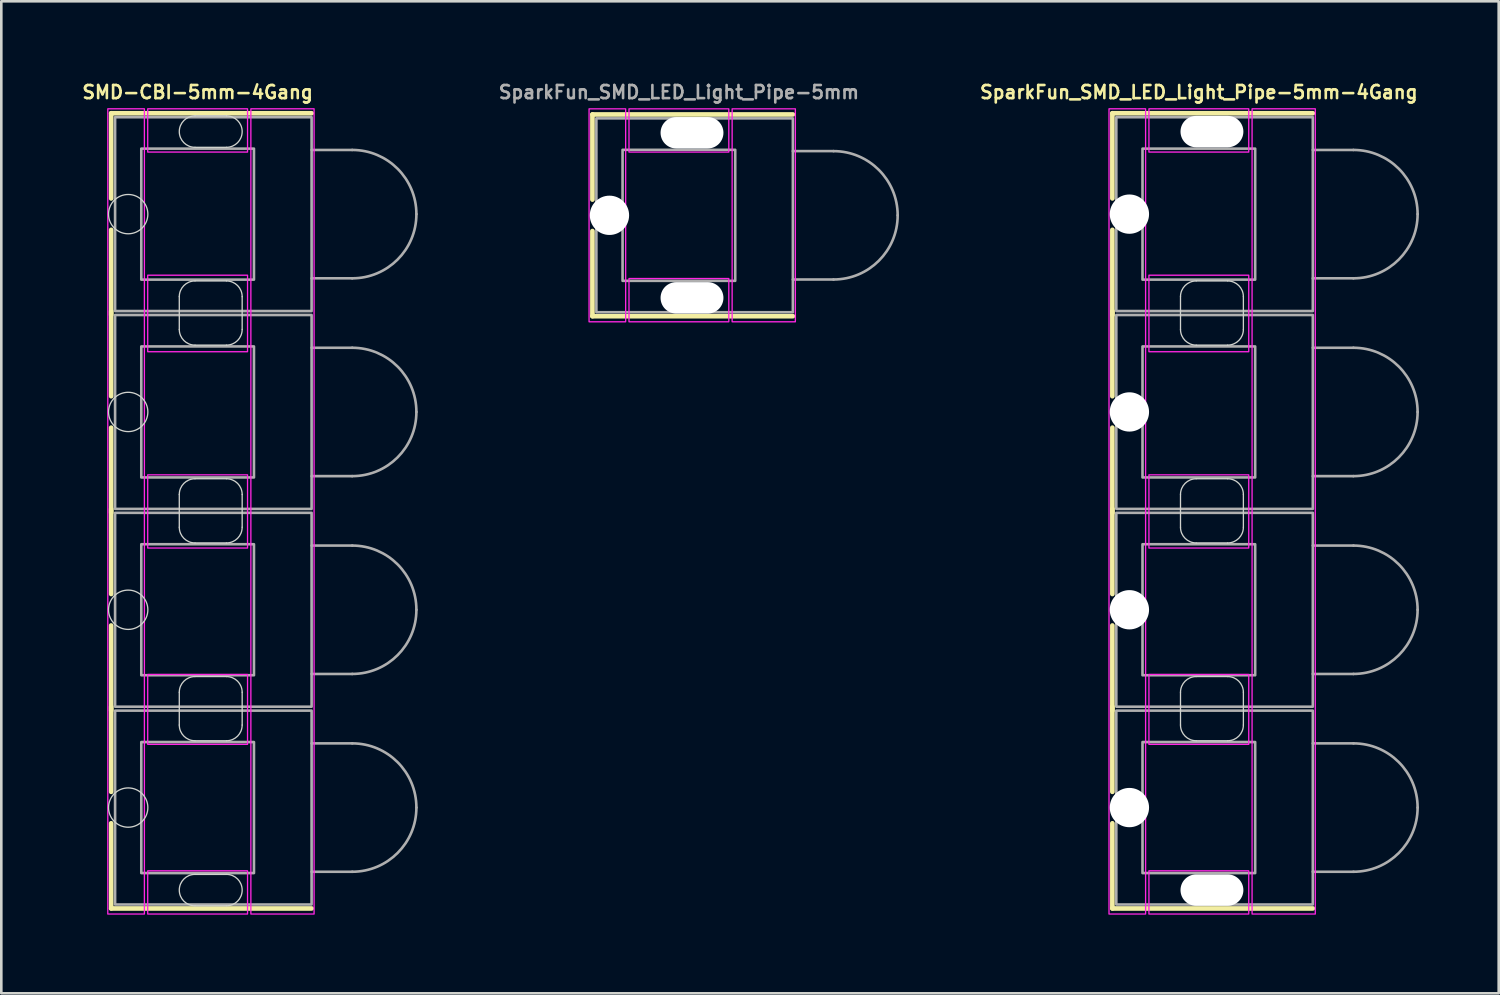
<source format=kicad_pcb>
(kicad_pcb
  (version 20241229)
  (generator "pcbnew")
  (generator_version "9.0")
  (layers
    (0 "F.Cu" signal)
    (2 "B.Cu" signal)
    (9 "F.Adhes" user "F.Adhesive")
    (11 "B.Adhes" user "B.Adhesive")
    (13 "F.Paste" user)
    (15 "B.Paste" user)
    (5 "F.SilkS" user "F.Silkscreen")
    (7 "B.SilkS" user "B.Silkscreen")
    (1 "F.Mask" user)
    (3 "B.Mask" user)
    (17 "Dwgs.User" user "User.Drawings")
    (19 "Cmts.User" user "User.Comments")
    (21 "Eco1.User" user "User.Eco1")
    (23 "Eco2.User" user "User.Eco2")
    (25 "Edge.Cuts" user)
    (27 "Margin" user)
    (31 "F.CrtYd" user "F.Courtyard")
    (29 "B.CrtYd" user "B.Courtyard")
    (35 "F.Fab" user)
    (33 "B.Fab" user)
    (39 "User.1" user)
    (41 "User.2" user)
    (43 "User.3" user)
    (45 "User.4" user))
  (footprint "SMD-CBI-5mm-4Gang"
    (layer "F.Cu")
    (at 4.493 27.773)
    (property "Reference" "SMD-CBI-5mm-4Gang" (at 0 -27.305 0) (unlocked yes) (layer "F.SilkS") (effects (font (size 0.5 0.5) (thickness 0.1))))
    (fp_line (start -3.3 -26.5) (end -3.3 -23.25) (stroke (width 0.178) (type default)) (layer "F.SilkS"))
    (fp_line (start -3.3 -18.95) (end -3.3 -15.7) (stroke (width 0.178) (type default)) (layer "F.SilkS"))
    (fp_line (start -3.3 -18.8) (end -3.3 -22.05) (stroke (width 0.178) (type default)) (layer "F.SilkS"))
    (fp_line (start -3.3 -11.4) (end -3.3 -8.15) (stroke (width 0.178) (type default)) (layer "F.SilkS"))
    (fp_line (start -3.3 -11.25) (end -3.3 -14.5) (stroke (width 0.178) (type default)) (layer "F.SilkS"))
    (fp_line (start -3.3 -3.85) (end -3.3 -0.6) (stroke (width 0.178) (type default)) (layer "F.SilkS"))
    (fp_line (start -3.3 -3.7) (end -3.3 -6.95) (stroke (width 0.178) (type default)) (layer "F.SilkS"))
    (fp_line (start -3.3 3.85) (end -3.3 0.6) (stroke (width 0.178) (type default)) (layer "F.SilkS"))
    (fp_line (start 4.35 -26.5) (end -3.3 -26.5) (stroke (width 0.178) (type default)) (layer "F.SilkS"))
    (fp_line (start 4.35 3.85) (end -3.3 3.85) (stroke (width 0.178) (type default)) (layer "F.SilkS"))
    (fp_line (start -0.7 -19.5) (end -0.7 -18.25) (stroke (width 0.05) (type default)) (layer "Edge.Cuts"))
    (fp_line (start -0.7 -11.95) (end -0.7 -10.7) (stroke (width 0.05) (type default)) (layer "Edge.Cuts"))
    (fp_line (start -0.7 -4.4) (end -0.7 -3.15) (stroke (width 0.05) (type default)) (layer "Edge.Cuts"))
    (fp_line (start -0.1 -26.4) (end 1.1 -26.4) (stroke (width 0.05) (type default)) (layer "Edge.Cuts"))
    (fp_line (start -0.1 -20.1) (end 1.1 -20.1) (stroke (width 0.05) (type default)) (layer "Edge.Cuts"))
    (fp_line (start -0.1 -12.55) (end 1.1 -12.55) (stroke (width 0.05) (type default)) (layer "Edge.Cuts"))
    (fp_line (start -0.1 -5) (end 1.1 -5) (stroke (width 0.05) (type default)) (layer "Edge.Cuts"))
    (fp_line (start -0.1 2.55) (end 1.1 2.55) (stroke (width 0.05) (type default)) (layer "Edge.Cuts"))
    (fp_line (start 1.1 -25.2) (end -0.1 -25.2) (stroke (width 0.05) (type default)) (layer "Edge.Cuts"))
    (fp_line (start 1.1 -17.65) (end -0.1 -17.65) (stroke (width 0.05) (type default)) (layer "Edge.Cuts"))
    (fp_line (start 1.1 -10.1) (end -0.1 -10.1) (stroke (width 0.05) (type default)) (layer "Edge.Cuts"))
    (fp_line (start 1.1 -2.55) (end -0.1 -2.55) (stroke (width 0.05) (type default)) (layer "Edge.Cuts"))
    (fp_line (start 1.1 3.75) (end -0.1 3.75) (stroke (width 0.05) (type default)) (layer "Edge.Cuts"))
    (fp_line (start 1.7 -19.5) (end 1.7 -18.25) (stroke (width 0.05) (type default)) (layer "Edge.Cuts"))
    (fp_line (start 1.7 -11.95) (end 1.7 -10.7) (stroke (width 0.05) (type default)) (layer "Edge.Cuts"))
    (fp_line (start 1.7 -4.4) (end 1.7 -3.15) (stroke (width 0.05) (type default)) (layer "Edge.Cuts"))
    (fp_arc (start -0.7 -19.5) (mid -0.524264 -19.924264) (end -0.1 -20.1) (stroke (width 0.05) (type default)) (layer "Edge.Cuts"))
    (fp_arc (start -0.7 -11.95) (mid -0.524264 -12.374264) (end -0.1 -12.55) (stroke (width 0.05) (type default)) (layer "Edge.Cuts"))
    (fp_arc (start -0.7 -4.4) (mid -0.524264 -4.824264) (end -0.1 -5) (stroke (width 0.05) (type default)) (layer "Edge.Cuts"))
    (fp_arc (start -0.1 -25.2) (mid -0.7 -25.8) (end -0.1 -26.4) (stroke (width 0.05) (type default)) (layer "Edge.Cuts"))
    (fp_arc (start -0.1 -17.65) (mid -0.524264 -17.825736) (end -0.7 -18.25) (stroke (width 0.05) (type default)) (layer "Edge.Cuts"))
    (fp_arc (start -0.1 -10.1) (mid -0.524264 -10.275736) (end -0.7 -10.7) (stroke (width 0.05) (type default)) (layer "Edge.Cuts"))
    (fp_arc (start -0.1 -2.55) (mid -0.524264 -2.725736) (end -0.7 -3.15) (stroke (width 0.05) (type default)) (layer "Edge.Cuts"))
    (fp_arc (start -0.1 3.75) (mid -0.7 3.15) (end -0.1 2.55) (stroke (width 0.05) (type default)) (layer "Edge.Cuts"))
    (fp_arc (start 1.1 -26.4) (mid 1.7 -25.8) (end 1.1 -25.2) (stroke (width 0.05) (type default)) (layer "Edge.Cuts"))
    (fp_arc (start 1.1 -20.1) (mid 1.524264 -19.924264) (end 1.7 -19.5) (stroke (width 0.05) (type default)) (layer "Edge.Cuts"))
    (fp_arc (start 1.1 -12.55) (mid 1.524264 -12.374264) (end 1.7 -11.95) (stroke (width 0.05) (type default)) (layer "Edge.Cuts"))
    (fp_arc (start 1.1 -5) (mid 1.524264 -4.824264) (end 1.7 -4.4) (stroke (width 0.05) (type default)) (layer "Edge.Cuts"))
    (fp_arc (start 1.1 2.55) (mid 1.7 3.15) (end 1.1 3.75) (stroke (width 0.05) (type default)) (layer "Edge.Cuts"))
    (fp_arc (start 1.7 -18.25) (mid 1.524264 -17.825736) (end 1.1 -17.65) (stroke (width 0.05) (type default)) (layer "Edge.Cuts"))
    (fp_arc (start 1.7 -10.7) (mid 1.524264 -10.275736) (end 1.1 -10.1) (stroke (width 0.05) (type default)) (layer "Edge.Cuts"))
    (fp_arc (start 1.7 -3.15) (mid 1.524264 -2.725736) (end 1.1 -2.55) (stroke (width 0.05) (type default)) (layer "Edge.Cuts"))
    (fp_circle (center -2.65 -22.65) (end -1.9 -22.65) (stroke (width 0.05) (type default)) (fill no) (layer "Edge.Cuts"))
    (fp_circle (center -2.65 -15.1) (end -1.9 -15.1) (stroke (width 0.05) (type default)) (fill no) (layer "Edge.Cuts"))
    (fp_circle (center -2.65 -7.55) (end -1.9 -7.55) (stroke (width 0.05) (type default)) (fill no) (layer "Edge.Cuts"))
    (fp_circle (center -2.65 0) (end -1.9 0) (stroke (width 0.05) (type default)) (fill no) (layer "Edge.Cuts"))
    (fp_rect (start -3.429 -26.67) (end -2.032 4.064) (stroke (width 0.05) (type default)) (fill no) (layer "F.CrtYd"))
    (fp_rect (start -1.905 -26.67) (end 1.905 -25.019) (stroke (width 0.05) (type default)) (fill no) (layer "F.CrtYd"))
    (fp_rect (start -1.905 -20.32) (end 1.905 -17.399) (stroke (width 0.05) (type default)) (fill no) (layer "F.CrtYd"))
    (fp_rect (start -1.905 -12.7) (end 1.905 -9.906) (stroke (width 0.05) (type default)) (fill no) (layer "F.CrtYd"))
    (fp_rect (start -1.905 -5.08) (end 1.905 -2.413) (stroke (width 0.05) (type default)) (fill no) (layer "F.CrtYd"))
    (fp_rect (start -1.905 2.413) (end 1.905 4.064) (stroke (width 0.05) (type default)) (fill no) (layer "F.CrtYd"))
    (fp_rect (start 2.032 -26.67) (end 4.445 4.064) (stroke (width 0.05) (type default)) (fill no) (layer "F.CrtYd"))
    (fp_line (start 5.9 -25.1) (end 4.35 -25.1) (stroke (width 0.1) (type default)) (layer "F.Fab"))
    (fp_line (start 5.9 -20.2) (end 4.35 -20.2) (stroke (width 0.1) (type default)) (layer "F.Fab"))
    (fp_line (start 5.9 -17.55) (end 4.35 -17.55) (stroke (width 0.1) (type default)) (layer "F.Fab"))
    (fp_line (start 5.9 -12.65) (end 4.35 -12.65) (stroke (width 0.1) (type default)) (layer "F.Fab"))
    (fp_line (start 5.9 -10) (end 4.35 -10) (stroke (width 0.1) (type default)) (layer "F.Fab"))
    (fp_line (start 5.9 -5.1) (end 4.35 -5.1) (stroke (width 0.1) (type default)) (layer "F.Fab"))
    (fp_line (start 5.9 -2.45) (end 4.35 -2.45) (stroke (width 0.1) (type default)) (layer "F.Fab"))
    (fp_line (start 5.9 2.45) (end 4.35 2.45) (stroke (width 0.1) (type default)) (layer "F.Fab"))
    (fp_rect (start -3.15 -26.35) (end 4.35 -18.95) (stroke (width 0.1) (type default)) (fill no) (layer "F.Fab"))
    (fp_rect (start -3.15 -18.8) (end 4.35 -11.4) (stroke (width 0.1) (type default)) (fill no) (layer "F.Fab"))
    (fp_rect (start -3.15 -11.25) (end 4.35 -3.85) (stroke (width 0.1) (type default)) (fill no) (layer "F.Fab"))
    (fp_rect (start -3.15 -3.7) (end 4.35 3.7) (stroke (width 0.1) (type default)) (fill no) (layer "F.Fab"))
    (fp_rect (start -2.15 -25.15) (end 2.15 -20.15) (stroke (width 0.1) (type default)) (fill no) (layer "F.Fab"))
    (fp_rect (start -2.15 -17.6) (end 2.15 -12.6) (stroke (width 0.1) (type default)) (fill no) (layer "F.Fab"))
    (fp_rect (start -2.15 -10.05) (end 2.15 -5.05) (stroke (width 0.1) (type default)) (fill no) (layer "F.Fab"))
    (fp_rect (start -2.15 -2.5) (end 2.15 2.5) (stroke (width 0.1) (type default)) (fill no) (layer "F.Fab"))
    (fp_arc (start 5.9 -25.1) (mid 7.632412 -24.382412) (end 8.35 -22.65) (stroke (width 0.1) (type default)) (layer "F.Fab"))
    (fp_arc (start 5.9 -17.55) (mid 7.632412 -16.832412) (end 8.35 -15.1) (stroke (width 0.1) (type default)) (layer "F.Fab"))
    (fp_arc (start 5.9 -10) (mid 7.632412 -9.282412) (end 8.35 -7.55) (stroke (width 0.1) (type default)) (layer "F.Fab"))
    (fp_arc (start 5.9 -2.45) (mid 7.632412 -1.732412) (end 8.35 0) (stroke (width 0.1) (type default)) (layer "F.Fab"))
    (fp_arc (start 8.35 -22.65) (mid 7.632412 -20.917588) (end 5.9 -20.2) (stroke (width 0.1) (type default)) (layer "F.Fab"))
    (fp_arc (start 8.35 -15.1) (mid 7.632412 -13.367588) (end 5.9 -12.65) (stroke (width 0.1) (type default)) (layer "F.Fab"))
    (fp_arc (start 8.35 -7.55) (mid 7.632412 -5.817588) (end 5.9 -5.1) (stroke (width 0.1) (type default)) (layer "F.Fab"))
    (fp_arc (start 8.35 0) (mid 7.632412 1.732412) (end 5.9 2.45) (stroke (width 0.1) (type default)) (layer "F.Fab")))
  (footprint "SparkFun_SMD_LED_Light_Pipe-5mm"
    (layer "F.Cu")
    (at 22.862 5.168)
    (property "Reference" "SparkFun_SMD_LED_Light_Pipe-5mm" (at 0 -4.7 0) (unlocked yes) (layer "F.Fab") (effects (font (size 0.5 0.5) (thickness 0.1))))
    (fp_line (start -3.3 -3.85) (end -3.3 -0.6) (stroke (width 0.178) (type default)) (layer "F.SilkS"))
    (fp_line (start -3.3 3.85) (end -3.3 0.6) (stroke (width 0.178) (type default)) (layer "F.SilkS"))
    (fp_line (start 4.35 -3.85) (end -3.3 -3.85) (stroke (width 0.178) (type default)) (layer "F.SilkS"))
    (fp_line (start 4.35 3.85) (end -3.3 3.85) (stroke (width 0.178) (type default)) (layer "F.SilkS"))
    (fp_rect (start -3.429 -4.064) (end -2.032 4.064) (stroke (width 0.05) (type default)) (fill no) (layer "F.CrtYd"))
    (fp_rect (start -1.905 -4.064) (end 1.905 -2.413) (stroke (width 0.05) (type default)) (fill no) (layer "F.CrtYd"))
    (fp_rect (start -1.905 2.413) (end 1.905 4.064) (stroke (width 0.05) (type default)) (fill no) (layer "F.CrtYd"))
    (fp_rect (start 2.032 -4.064) (end 4.445 4.064) (stroke (width 0.05) (type default)) (fill no) (layer "F.CrtYd"))
    (fp_line (start 5.9 -2.45) (end 4.35 -2.45) (stroke (width 0.1) (type default)) (layer "F.Fab"))
    (fp_line (start 5.9 2.45) (end 4.35 2.45) (stroke (width 0.1) (type default)) (layer "F.Fab"))
    (fp_arc (start 5.9 -2.450001) (mid 7.632412 -1.732412) (end 8.350001 0) (stroke (width 0.1) (type default)) (layer "F.Fab"))
    (fp_arc (start 8.350001 0) (mid 7.632412 1.732412) (end 5.9 2.450001) (stroke (width 0.1) (type default)) (layer "F.Fab"))
    (fp_poly (pts (xy -3.15 -3.7) (xy 4.35 -3.7) (xy 4.35 3.7) (xy -3.15 3.7)) (stroke (width 0.1) (type default)) (fill no) (layer "F.Fab"))
    (fp_poly (pts (xy -2.15 -2.5) (xy 2.15 -2.5) (xy 2.15 2.5) (xy -2.15 2.5)) (stroke (width 0.1) (type default)) (fill no) (layer "F.Fab"))
    (pad "" np_thru_hole circle (at -2.65 0) (size 1.5 1.5) (drill 1.5) (layers "*.Cu" "*.Mask"))
    (pad "" np_thru_hole oval (at 0.5 -3.15) (size 2.4 1.2) (drill oval 2.4 1.2) (layers "*.Cu" "*.Mask"))
    (pad "" np_thru_hole oval (at 0.5 3.15) (size 2.4 1.2) (drill oval 2.4 1.2) (layers "*.Cu" "*.Mask")))
  (footprint "SparkFun_SMD_LED_Light_Pipe-5mm-4Gang"
    (layer "F.Cu")
    (at 42.707 27.773)
    (property "Reference" "SparkFun_SMD_LED_Light_Pipe-5mm-4Gang" (at 0 -27.305 0) (unlocked yes) (layer "F.SilkS") (effects (font (size 0.5 0.5) (thickness 0.1))))
    (fp_line (start -3.3 -26.5) (end -3.3 -23.25) (stroke (width 0.178) (type default)) (layer "F.SilkS"))
    (fp_line (start -3.3 -18.95) (end -3.3 -15.7) (stroke (width 0.178) (type default)) (layer "F.SilkS"))
    (fp_line (start -3.3 -18.8) (end -3.3 -22.05) (stroke (width 0.178) (type default)) (layer "F.SilkS"))
    (fp_line (start -3.3 -11.4) (end -3.3 -8.15) (stroke (width 0.178) (type default)) (layer "F.SilkS"))
    (fp_line (start -3.3 -11.25) (end -3.3 -14.5) (stroke (width 0.178) (type default)) (layer "F.SilkS"))
    (fp_line (start -3.3 -3.85) (end -3.3 -0.6) (stroke (width 0.178) (type default)) (layer "F.SilkS"))
    (fp_line (start -3.3 -3.7) (end -3.3 -6.95) (stroke (width 0.178) (type default)) (layer "F.SilkS"))
    (fp_line (start -3.3 3.85) (end -3.3 0.6) (stroke (width 0.178) (type default)) (layer "F.SilkS"))
    (fp_line (start 4.35 -26.5) (end -3.3 -26.5) (stroke (width 0.178) (type default)) (layer "F.SilkS"))
    (fp_line (start 4.35 3.85) (end -3.3 3.85) (stroke (width 0.178) (type default)) (layer "F.SilkS"))
    (fp_line (start -0.7 -19.5) (end -0.7 -18.25) (stroke (width 0.05) (type default)) (layer "Edge.Cuts"))
    (fp_line (start -0.7 -11.95) (end -0.7 -10.7) (stroke (width 0.05) (type default)) (layer "Edge.Cuts"))
    (fp_line (start -0.7 -4.4) (end -0.7 -3.15) (stroke (width 0.05) (type default)) (layer "Edge.Cuts"))
    (fp_line (start -0.1 -20.1) (end 1.1 -20.1) (stroke (width 0.05) (type default)) (layer "Edge.Cuts"))
    (fp_line (start -0.1 -12.55) (end 1.1 -12.55) (stroke (width 0.05) (type default)) (layer "Edge.Cuts"))
    (fp_line (start -0.1 -5) (end 1.1 -5) (stroke (width 0.05) (type default)) (layer "Edge.Cuts"))
    (fp_line (start 1.1 -17.65) (end -0.1 -17.65) (stroke (width 0.05) (type default)) (layer "Edge.Cuts"))
    (fp_line (start 1.1 -10.1) (end -0.1 -10.1) (stroke (width 0.05) (type default)) (layer "Edge.Cuts"))
    (fp_line (start 1.1 -2.55) (end -0.1 -2.55) (stroke (width 0.05) (type default)) (layer "Edge.Cuts"))
    (fp_line (start 1.7 -19.5) (end 1.7 -18.25) (stroke (width 0.05) (type default)) (layer "Edge.Cuts"))
    (fp_line (start 1.7 -11.95) (end 1.7 -10.7) (stroke (width 0.05) (type default)) (layer "Edge.Cuts"))
    (fp_line (start 1.7 -4.4) (end 1.7 -3.15) (stroke (width 0.05) (type default)) (layer "Edge.Cuts"))
    (fp_arc (start -0.7 -19.5) (mid -0.524264 -19.924264) (end -0.1 -20.1) (stroke (width 0.05) (type default)) (layer "Edge.Cuts"))
    (fp_arc (start -0.7 -11.95) (mid -0.524264 -12.374264) (end -0.1 -12.55) (stroke (width 0.05) (type default)) (layer "Edge.Cuts"))
    (fp_arc (start -0.7 -4.4) (mid -0.524264 -4.824264) (end -0.1 -5) (stroke (width 0.05) (type default)) (layer "Edge.Cuts"))
    (fp_arc (start -0.1 -17.65) (mid -0.524264 -17.825736) (end -0.7 -18.25) (stroke (width 0.05) (type default)) (layer "Edge.Cuts"))
    (fp_arc (start -0.1 -10.1) (mid -0.524264 -10.275736) (end -0.7 -10.7) (stroke (width 0.05) (type default)) (layer "Edge.Cuts"))
    (fp_arc (start -0.1 -2.55) (mid -0.524264 -2.725736) (end -0.7 -3.15) (stroke (width 0.05) (type default)) (layer "Edge.Cuts"))
    (fp_arc (start 1.1 -20.1) (mid 1.524264 -19.924264) (end 1.7 -19.5) (stroke (width 0.05) (type default)) (layer "Edge.Cuts"))
    (fp_arc (start 1.1 -12.55) (mid 1.524264 -12.374264) (end 1.7 -11.95) (stroke (width 0.05) (type default)) (layer "Edge.Cuts"))
    (fp_arc (start 1.1 -5) (mid 1.524264 -4.824264) (end 1.7 -4.4) (stroke (width 0.05) (type default)) (layer "Edge.Cuts"))
    (fp_arc (start 1.7 -18.25) (mid 1.524264 -17.825736) (end 1.1 -17.65) (stroke (width 0.05) (type default)) (layer "Edge.Cuts"))
    (fp_arc (start 1.7 -10.7) (mid 1.524264 -10.275736) (end 1.1 -10.1) (stroke (width 0.05) (type default)) (layer "Edge.Cuts"))
    (fp_arc (start 1.7 -3.15) (mid 1.524264 -2.725736) (end 1.1 -2.55) (stroke (width 0.05) (type default)) (layer "Edge.Cuts"))
    (fp_rect (start -3.429 -26.67) (end -2.032 4.064) (stroke (width 0.05) (type default)) (fill no) (layer "F.CrtYd"))
    (fp_rect (start -1.905 -26.67) (end 1.905 -25.019) (stroke (width 0.05) (type default)) (fill no) (layer "F.CrtYd"))
    (fp_rect (start -1.905 -20.32) (end 1.905 -17.399) (stroke (width 0.05) (type default)) (fill no) (layer "F.CrtYd"))
    (fp_rect (start -1.905 -12.7) (end 1.905 -9.906) (stroke (width 0.05) (type default)) (fill no) (layer "F.CrtYd"))
    (fp_rect (start -1.905 -5.08) (end 1.905 -2.413) (stroke (width 0.05) (type default)) (fill no) (layer "F.CrtYd"))
    (fp_rect (start -1.905 2.413) (end 1.905 4.064) (stroke (width 0.05) (type default)) (fill no) (layer "F.CrtYd"))
    (fp_rect (start 2.032 -26.67) (end 4.445 4.064) (stroke (width 0.05) (type default)) (fill no) (layer "F.CrtYd"))
    (fp_line (start 5.9 -25.1) (end 4.35 -25.1) (stroke (width 0.1) (type default)) (layer "F.Fab"))
    (fp_line (start 5.9 -20.2) (end 4.35 -20.2) (stroke (width 0.1) (type default)) (layer "F.Fab"))
    (fp_line (start 5.9 -17.55) (end 4.35 -17.55) (stroke (width 0.1) (type default)) (layer "F.Fab"))
    (fp_line (start 5.9 -12.65) (end 4.35 -12.65) (stroke (width 0.1) (type default)) (layer "F.Fab"))
    (fp_line (start 5.9 -10) (end 4.35 -10) (stroke (width 0.1) (type default)) (layer "F.Fab"))
    (fp_line (start 5.9 -5.1) (end 4.35 -5.1) (stroke (width 0.1) (type default)) (layer "F.Fab"))
    (fp_line (start 5.9 -2.45) (end 4.35 -2.45) (stroke (width 0.1) (type default)) (layer "F.Fab"))
    (fp_line (start 5.9 2.45) (end 4.35 2.45) (stroke (width 0.1) (type default)) (layer "F.Fab"))
    (fp_rect (start -3.15 -26.35) (end 4.35 -18.95) (stroke (width 0.1) (type default)) (fill no) (layer "F.Fab"))
    (fp_rect (start -3.15 -18.8) (end 4.35 -11.4) (stroke (width 0.1) (type default)) (fill no) (layer "F.Fab"))
    (fp_rect (start -3.15 -11.25) (end 4.35 -3.85) (stroke (width 0.1) (type default)) (fill no) (layer "F.Fab"))
    (fp_rect (start -3.15 -3.7) (end 4.35 3.7) (stroke (width 0.1) (type default)) (fill no) (layer "F.Fab"))
    (fp_rect (start -2.15 -25.15) (end 2.15 -20.15) (stroke (width 0.1) (type default)) (fill no) (layer "F.Fab"))
    (fp_rect (start -2.15 -17.6) (end 2.15 -12.6) (stroke (width 0.1) (type default)) (fill no) (layer "F.Fab"))
    (fp_rect (start -2.15 -10.05) (end 2.15 -5.05) (stroke (width 0.1) (type default)) (fill no) (layer "F.Fab"))
    (fp_rect (start -2.15 -2.5) (end 2.15 2.5) (stroke (width 0.1) (type default)) (fill no) (layer "F.Fab"))
    (fp_arc (start 5.9 -25.1) (mid 7.632412 -24.382412) (end 8.35 -22.65) (stroke (width 0.1) (type default)) (layer "F.Fab"))
    (fp_arc (start 5.9 -17.55) (mid 7.632412 -16.832412) (end 8.35 -15.1) (stroke (width 0.1) (type default)) (layer "F.Fab"))
    (fp_arc (start 5.9 -10) (mid 7.632412 -9.282412) (end 8.35 -7.55) (stroke (width 0.1) (type default)) (layer "F.Fab"))
    (fp_arc (start 5.9 -2.45) (mid 7.632412 -1.732412) (end 8.35 0) (stroke (width 0.1) (type default)) (layer "F.Fab"))
    (fp_arc (start 8.35 -22.65) (mid 7.632412 -20.917588) (end 5.9 -20.2) (stroke (width 0.1) (type default)) (layer "F.Fab"))
    (fp_arc (start 8.35 -15.1) (mid 7.632412 -13.367588) (end 5.9 -12.65) (stroke (width 0.1) (type default)) (layer "F.Fab"))
    (fp_arc (start 8.35 -7.55) (mid 7.632412 -5.817588) (end 5.9 -5.1) (stroke (width 0.1) (type default)) (layer "F.Fab"))
    (fp_arc (start 8.35 0) (mid 7.632412 1.732412) (end 5.9 2.45) (stroke (width 0.1) (type default)) (layer "F.Fab"))
    (pad "" np_thru_hole circle (at -2.65 -22.65) (size 1.5 1.5) (drill 1.5) (layers "*.Cu" "*.Mask"))
    (pad "" np_thru_hole circle (at -2.65 -15.1) (size 1.5 1.5) (drill 1.5) (layers "*.Cu" "*.Mask"))
    (pad "" np_thru_hole circle (at -2.65 -7.55) (size 1.5 1.5) (drill 1.5) (layers "*.Cu" "*.Mask"))
    (pad "" np_thru_hole circle (at -2.65 0) (size 1.5 1.5) (drill 1.5) (layers "*.Cu" "*.Mask"))
    (pad "" np_thru_hole oval (at 0.5 -25.8) (size 2.4 1.2) (drill oval 2.4 1.2) (layers "*.Cu" "*.Mask"))
    (pad "" np_thru_hole oval (at 0.5 3.15) (size 2.4 1.2) (drill oval 2.4 1.2) (layers "*.Cu" "*.Mask")))
  (gr_rect
    (start -3 -3)
    (end 54.152 34.862)
    (stroke (width 0.1) (type default))
    (fill no)
    (layer "Edge.Cuts")))
</source>
